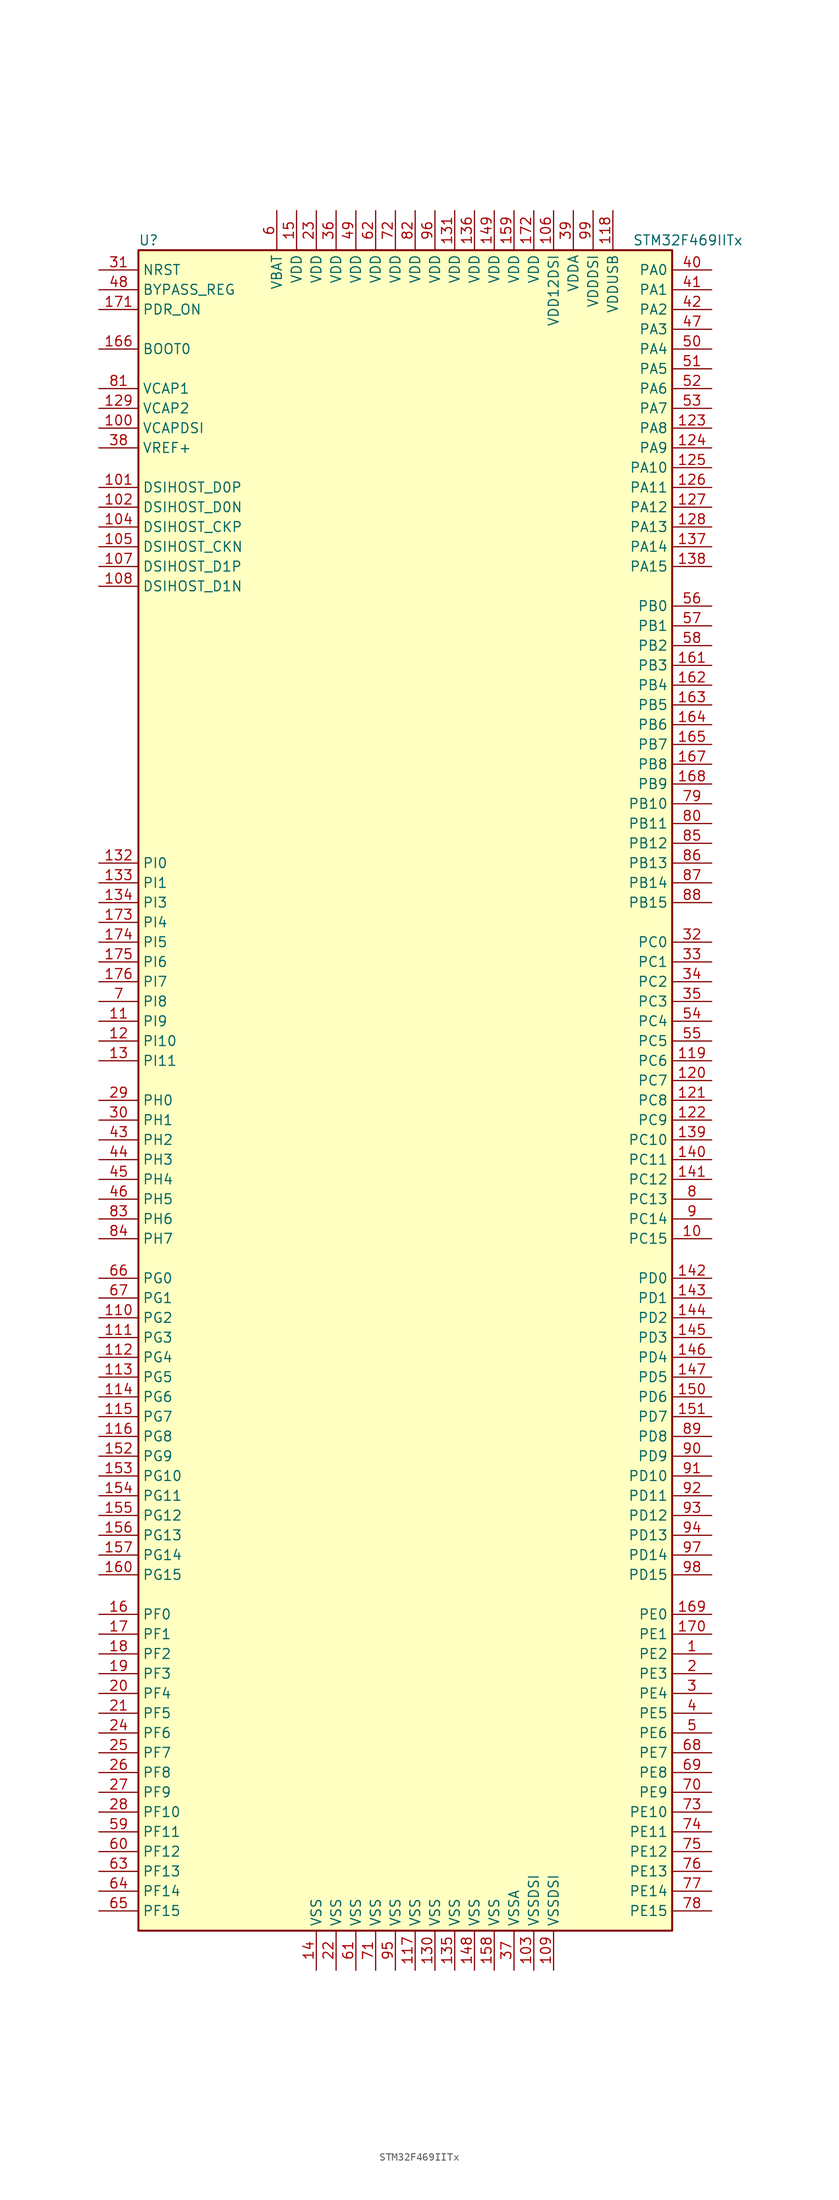
<source format=kicad_sym>
(kicad_symbol_lib
  (version 20220914)
  (generator kicad_symbol_editor)
  (symbol "STM32F469IITx"
    (property "Reference" "U"
      (at -35.56 107.95 0)
      (effects (font (size 1.27 1.27)) (justify left)))
    (property "Value" "STM32F469IITx"
      (at 27.94 107.95 0)
      (effects (font (size 1.27 1.27)) (justify left)))
    (symbol "STM32F469IITx_0_1"
      (rectangle (start -35.56 -109.22) (end 33.02 106.68) (stroke (width 0.254) (type default)) (fill (type background))))
    (symbol "STM32F469IITx_1_1"
      (pin bidirectional line (at 38.1 -73.66 180) (length 5.08) (name "PE2" (effects (font (size 1.27 1.27)))) (number "1" (effects (font (size 1.27 1.27)))))
      (pin bidirectional line (at 38.1 -20.32 180) (length 5.08) (name "PC15" (effects (font (size 1.27 1.27)))) (number "10" (effects (font (size 1.27 1.27)))))
      (pin power_in line (at -40.64 83.82 0) (length 5.08) (name "VCAPDSI" (effects (font (size 1.27 1.27)))) (number "100" (effects (font (size 1.27 1.27)))))
      (pin bidirectional line (at -40.64 76.2 0) (length 5.08) (name "DSIHOST_D0P" (effects (font (size 1.27 1.27)))) (number "101" (effects (font (size 1.27 1.27)))))
      (pin bidirectional line (at -40.64 73.66 0) (length 5.08) (name "DSIHOST_D0N" (effects (font (size 1.27 1.27)))) (number "102" (effects (font (size 1.27 1.27)))))
      (pin power_in line (at 15.24 -114.3 90) (length 5.08) (name "VSSDSI" (effects (font (size 1.27 1.27)))) (number "103" (effects (font (size 1.27 1.27)))))
      (pin bidirectional line (at -40.64 71.12 0) (length 5.08) (name "DSIHOST_CKP" (effects (font (size 1.27 1.27)))) (number "104" (effects (font (size 1.27 1.27)))))
      (pin bidirectional line (at -40.64 68.58 0) (length 5.08) (name "DSIHOST_CKN" (effects (font (size 1.27 1.27)))) (number "105" (effects (font (size 1.27 1.27)))))
      (pin power_in line (at 17.78 111.76 270) (length 5.08) (name "VDD12DSI" (effects (font (size 1.27 1.27)))) (number "106" (effects (font (size 1.27 1.27)))))
      (pin bidirectional line (at -40.64 66.04 0) (length 5.08) (name "DSIHOST_D1P" (effects (font (size 1.27 1.27)))) (number "107" (effects (font (size 1.27 1.27)))))
      (pin bidirectional line (at -40.64 63.5 0) (length 5.08) (name "DSIHOST_D1N" (effects (font (size 1.27 1.27)))) (number "108" (effects (font (size 1.27 1.27)))))
      (pin power_in line (at 17.78 -114.3 90) (length 5.08) (name "VSSDSI" (effects (font (size 1.27 1.27)))) (number "109" (effects (font (size 1.27 1.27)))))
      (pin bidirectional line (at -40.64 7.62 0) (length 5.08) (name "PI9" (effects (font (size 1.27 1.27)))) (number "11" (effects (font (size 1.27 1.27)))))
      (pin bidirectional line (at -40.64 -30.48 0) (length 5.08) (name "PG2" (effects (font (size 1.27 1.27)))) (number "110" (effects (font (size 1.27 1.27)))))
      (pin bidirectional line (at -40.64 -33.02 0) (length 5.08) (name "PG3" (effects (font (size 1.27 1.27)))) (number "111" (effects (font (size 1.27 1.27)))))
      (pin bidirectional line (at -40.64 -35.56 0) (length 5.08) (name "PG4" (effects (font (size 1.27 1.27)))) (number "112" (effects (font (size 1.27 1.27)))))
      (pin bidirectional line (at -40.64 -38.1 0) (length 5.08) (name "PG5" (effects (font (size 1.27 1.27)))) (number "113" (effects (font (size 1.27 1.27)))))
      (pin bidirectional line (at -40.64 -40.64 0) (length 5.08) (name "PG6" (effects (font (size 1.27 1.27)))) (number "114" (effects (font (size 1.27 1.27)))))
      (pin bidirectional line (at -40.64 -43.18 0) (length 5.08) (name "PG7" (effects (font (size 1.27 1.27)))) (number "115" (effects (font (size 1.27 1.27)))))
      (pin bidirectional line (at -40.64 -45.72 0) (length 5.08) (name "PG8" (effects (font (size 1.27 1.27)))) (number "116" (effects (font (size 1.27 1.27)))))
      (pin power_in line (at 0 -114.3 90) (length 5.08) (name "VSS" (effects (font (size 1.27 1.27)))) (number "117" (effects (font (size 1.27 1.27)))))
      (pin power_in line (at 25.4 111.76 270) (length 5.08) (name "VDDUSB" (effects (font (size 1.27 1.27)))) (number "118" (effects (font (size 1.27 1.27)))))
      (pin bidirectional line (at 38.1 2.54 180) (length 5.08) (name "PC6" (effects (font (size 1.27 1.27)))) (number "119" (effects (font (size 1.27 1.27)))))
      (pin bidirectional line (at -40.64 5.08 0) (length 5.08) (name "PI10" (effects (font (size 1.27 1.27)))) (number "12" (effects (font (size 1.27 1.27)))))
      (pin bidirectional line (at 38.1 0 180) (length 5.08) (name "PC7" (effects (font (size 1.27 1.27)))) (number "120" (effects (font (size 1.27 1.27)))))
      (pin bidirectional line (at 38.1 -2.54 180) (length 5.08) (name "PC8" (effects (font (size 1.27 1.27)))) (number "121" (effects (font (size 1.27 1.27)))))
      (pin bidirectional line (at 38.1 -5.08 180) (length 5.08) (name "PC9" (effects (font (size 1.27 1.27)))) (number "122" (effects (font (size 1.27 1.27)))))
      (pin bidirectional line (at 38.1 83.82 180) (length 5.08) (name "PA8" (effects (font (size 1.27 1.27)))) (number "123" (effects (font (size 1.27 1.27)))))
      (pin bidirectional line (at 38.1 81.28 180) (length 5.08) (name "PA9" (effects (font (size 1.27 1.27)))) (number "124" (effects (font (size 1.27 1.27)))))
      (pin bidirectional line (at 38.1 78.74 180) (length 5.08) (name "PA10" (effects (font (size 1.27 1.27)))) (number "125" (effects (font (size 1.27 1.27)))))
      (pin bidirectional line (at 38.1 76.2 180) (length 5.08) (name "PA11" (effects (font (size 1.27 1.27)))) (number "126" (effects (font (size 1.27 1.27)))))
      (pin bidirectional line (at 38.1 73.66 180) (length 5.08) (name "PA12" (effects (font (size 1.27 1.27)))) (number "127" (effects (font (size 1.27 1.27)))))
      (pin bidirectional line (at 38.1 71.12 180) (length 5.08) (name "PA13" (effects (font (size 1.27 1.27)))) (number "128" (effects (font (size 1.27 1.27)))))
      (pin power_in line (at -40.64 86.36 0) (length 5.08) (name "VCAP2" (effects (font (size 1.27 1.27)))) (number "129" (effects (font (size 1.27 1.27)))))
      (pin bidirectional line (at -40.64 2.54 0) (length 5.08) (name "PI11" (effects (font (size 1.27 1.27)))) (number "13" (effects (font (size 1.27 1.27)))))
      (pin power_in line (at 2.54 -114.3 90) (length 5.08) (name "VSS" (effects (font (size 1.27 1.27)))) (number "130" (effects (font (size 1.27 1.27)))))
      (pin power_in line (at 5.08 111.76 270) (length 5.08) (name "VDD" (effects (font (size 1.27 1.27)))) (number "131" (effects (font (size 1.27 1.27)))))
      (pin bidirectional line (at -40.64 27.94 0) (length 5.08) (name "PI0" (effects (font (size 1.27 1.27)))) (number "132" (effects (font (size 1.27 1.27)))))
      (pin bidirectional line (at -40.64 25.4 0) (length 5.08) (name "PI1" (effects (font (size 1.27 1.27)))) (number "133" (effects (font (size 1.27 1.27)))))
      (pin bidirectional line (at -40.64 22.86 0) (length 5.08) (name "PI3" (effects (font (size 1.27 1.27)))) (number "134" (effects (font (size 1.27 1.27)))))
      (pin power_in line (at 5.08 -114.3 90) (length 5.08) (name "VSS" (effects (font (size 1.27 1.27)))) (number "135" (effects (font (size 1.27 1.27)))))
      (pin power_in line (at 7.62 111.76 270) (length 5.08) (name "VDD" (effects (font (size 1.27 1.27)))) (number "136" (effects (font (size 1.27 1.27)))))
      (pin bidirectional line (at 38.1 68.58 180) (length 5.08) (name "PA14" (effects (font (size 1.27 1.27)))) (number "137" (effects (font (size 1.27 1.27)))))
      (pin bidirectional line (at 38.1 66.04 180) (length 5.08) (name "PA15" (effects (font (size 1.27 1.27)))) (number "138" (effects (font (size 1.27 1.27)))))
      (pin bidirectional line (at 38.1 -7.62 180) (length 5.08) (name "PC10" (effects (font (size 1.27 1.27)))) (number "139" (effects (font (size 1.27 1.27)))))
      (pin power_in line (at -12.7 -114.3 90) (length 5.08) (name "VSS" (effects (font (size 1.27 1.27)))) (number "14" (effects (font (size 1.27 1.27)))))
      (pin bidirectional line (at 38.1 -10.16 180) (length 5.08) (name "PC11" (effects (font (size 1.27 1.27)))) (number "140" (effects (font (size 1.27 1.27)))))
      (pin bidirectional line (at 38.1 -12.7 180) (length 5.08) (name "PC12" (effects (font (size 1.27 1.27)))) (number "141" (effects (font (size 1.27 1.27)))))
      (pin bidirectional line (at 38.1 -25.4 180) (length 5.08) (name "PD0" (effects (font (size 1.27 1.27)))) (number "142" (effects (font (size 1.27 1.27)))))
      (pin bidirectional line (at 38.1 -27.94 180) (length 5.08) (name "PD1" (effects (font (size 1.27 1.27)))) (number "143" (effects (font (size 1.27 1.27)))))
      (pin bidirectional line (at 38.1 -30.48 180) (length 5.08) (name "PD2" (effects (font (size 1.27 1.27)))) (number "144" (effects (font (size 1.27 1.27)))))
      (pin bidirectional line (at 38.1 -33.02 180) (length 5.08) (name "PD3" (effects (font (size 1.27 1.27)))) (number "145" (effects (font (size 1.27 1.27)))))
      (pin bidirectional line (at 38.1 -35.56 180) (length 5.08) (name "PD4" (effects (font (size 1.27 1.27)))) (number "146" (effects (font (size 1.27 1.27)))))
      (pin bidirectional line (at 38.1 -38.1 180) (length 5.08) (name "PD5" (effects (font (size 1.27 1.27)))) (number "147" (effects (font (size 1.27 1.27)))))
      (pin power_in line (at 7.62 -114.3 90) (length 5.08) (name "VSS" (effects (font (size 1.27 1.27)))) (number "148" (effects (font (size 1.27 1.27)))))
      (pin power_in line (at 10.16 111.76 270) (length 5.08) (name "VDD" (effects (font (size 1.27 1.27)))) (number "149" (effects (font (size 1.27 1.27)))))
      (pin power_in line (at -15.24 111.76 270) (length 5.08) (name "VDD" (effects (font (size 1.27 1.27)))) (number "15" (effects (font (size 1.27 1.27)))))
      (pin bidirectional line (at 38.1 -40.64 180) (length 5.08) (name "PD6" (effects (font (size 1.27 1.27)))) (number "150" (effects (font (size 1.27 1.27)))))
      (pin bidirectional line (at 38.1 -43.18 180) (length 5.08) (name "PD7" (effects (font (size 1.27 1.27)))) (number "151" (effects (font (size 1.27 1.27)))))
      (pin bidirectional line (at -40.64 -48.26 0) (length 5.08) (name "PG9" (effects (font (size 1.27 1.27)))) (number "152" (effects (font (size 1.27 1.27)))))
      (pin bidirectional line (at -40.64 -50.8 0) (length 5.08) (name "PG10" (effects (font (size 1.27 1.27)))) (number "153" (effects (font (size 1.27 1.27)))))
      (pin bidirectional line (at -40.64 -53.34 0) (length 5.08) (name "PG11" (effects (font (size 1.27 1.27)))) (number "154" (effects (font (size 1.27 1.27)))))
      (pin bidirectional line (at -40.64 -55.88 0) (length 5.08) (name "PG12" (effects (font (size 1.27 1.27)))) (number "155" (effects (font (size 1.27 1.27)))))
      (pin bidirectional line (at -40.64 -58.42 0) (length 5.08) (name "PG13" (effects (font (size 1.27 1.27)))) (number "156" (effects (font (size 1.27 1.27)))))
      (pin bidirectional line (at -40.64 -60.96 0) (length 5.08) (name "PG14" (effects (font (size 1.27 1.27)))) (number "157" (effects (font (size 1.27 1.27)))))
      (pin power_in line (at 10.16 -114.3 90) (length 5.08) (name "VSS" (effects (font (size 1.27 1.27)))) (number "158" (effects (font (size 1.27 1.27)))))
      (pin power_in line (at 12.7 111.76 270) (length 5.08) (name "VDD" (effects (font (size 1.27 1.27)))) (number "159" (effects (font (size 1.27 1.27)))))
      (pin bidirectional line (at -40.64 -68.58 0) (length 5.08) (name "PF0" (effects (font (size 1.27 1.27)))) (number "16" (effects (font (size 1.27 1.27)))))
      (pin bidirectional line (at -40.64 -63.5 0) (length 5.08) (name "PG15" (effects (font (size 1.27 1.27)))) (number "160" (effects (font (size 1.27 1.27)))))
      (pin bidirectional line (at 38.1 53.34 180) (length 5.08) (name "PB3" (effects (font (size 1.27 1.27)))) (number "161" (effects (font (size 1.27 1.27)))))
      (pin bidirectional line (at 38.1 50.8 180) (length 5.08) (name "PB4" (effects (font (size 1.27 1.27)))) (number "162" (effects (font (size 1.27 1.27)))))
      (pin bidirectional line (at 38.1 48.26 180) (length 5.08) (name "PB5" (effects (font (size 1.27 1.27)))) (number "163" (effects (font (size 1.27 1.27)))))
      (pin bidirectional line (at 38.1 45.72 180) (length 5.08) (name "PB6" (effects (font (size 1.27 1.27)))) (number "164" (effects (font (size 1.27 1.27)))))
      (pin bidirectional line (at 38.1 43.18 180) (length 5.08) (name "PB7" (effects (font (size 1.27 1.27)))) (number "165" (effects (font (size 1.27 1.27)))))
      (pin input line (at -40.64 93.98 0) (length 5.08) (name "BOOT0" (effects (font (size 1.27 1.27)))) (number "166" (effects (font (size 1.27 1.27)))))
      (pin bidirectional line (at 38.1 40.64 180) (length 5.08) (name "PB8" (effects (font (size 1.27 1.27)))) (number "167" (effects (font (size 1.27 1.27)))))
      (pin bidirectional line (at 38.1 38.1 180) (length 5.08) (name "PB9" (effects (font (size 1.27 1.27)))) (number "168" (effects (font (size 1.27 1.27)))))
      (pin bidirectional line (at 38.1 -68.58 180) (length 5.08) (name "PE0" (effects (font (size 1.27 1.27)))) (number "169" (effects (font (size 1.27 1.27)))))
      (pin bidirectional line (at -40.64 -71.12 0) (length 5.08) (name "PF1" (effects (font (size 1.27 1.27)))) (number "17" (effects (font (size 1.27 1.27)))))
      (pin bidirectional line (at 38.1 -71.12 180) (length 5.08) (name "PE1" (effects (font (size 1.27 1.27)))) (number "170" (effects (font (size 1.27 1.27)))))
      (pin input line (at -40.64 99.06 0) (length 5.08) (name "PDR_ON" (effects (font (size 1.27 1.27)))) (number "171" (effects (font (size 1.27 1.27)))))
      (pin power_in line (at 15.24 111.76 270) (length 5.08) (name "VDD" (effects (font (size 1.27 1.27)))) (number "172" (effects (font (size 1.27 1.27)))))
      (pin bidirectional line (at -40.64 20.32 0) (length 5.08) (name "PI4" (effects (font (size 1.27 1.27)))) (number "173" (effects (font (size 1.27 1.27)))))
      (pin bidirectional line (at -40.64 17.78 0) (length 5.08) (name "PI5" (effects (font (size 1.27 1.27)))) (number "174" (effects (font (size 1.27 1.27)))))
      (pin bidirectional line (at -40.64 15.24 0) (length 5.08) (name "PI6" (effects (font (size 1.27 1.27)))) (number "175" (effects (font (size 1.27 1.27)))))
      (pin bidirectional line (at -40.64 12.7 0) (length 5.08) (name "PI7" (effects (font (size 1.27 1.27)))) (number "176" (effects (font (size 1.27 1.27)))))
      (pin bidirectional line (at -40.64 -73.66 0) (length 5.08) (name "PF2" (effects (font (size 1.27 1.27)))) (number "18" (effects (font (size 1.27 1.27)))))
      (pin bidirectional line (at -40.64 -76.2 0) (length 5.08) (name "PF3" (effects (font (size 1.27 1.27)))) (number "19" (effects (font (size 1.27 1.27)))))
      (pin bidirectional line (at 38.1 -76.2 180) (length 5.08) (name "PE3" (effects (font (size 1.27 1.27)))) (number "2" (effects (font (size 1.27 1.27)))))
      (pin bidirectional line (at -40.64 -78.74 0) (length 5.08) (name "PF4" (effects (font (size 1.27 1.27)))) (number "20" (effects (font (size 1.27 1.27)))))
      (pin bidirectional line (at -40.64 -81.28 0) (length 5.08) (name "PF5" (effects (font (size 1.27 1.27)))) (number "21" (effects (font (size 1.27 1.27)))))
      (pin power_in line (at -10.16 -114.3 90) (length 5.08) (name "VSS" (effects (font (size 1.27 1.27)))) (number "22" (effects (font (size 1.27 1.27)))))
      (pin power_in line (at -12.7 111.76 270) (length 5.08) (name "VDD" (effects (font (size 1.27 1.27)))) (number "23" (effects (font (size 1.27 1.27)))))
      (pin bidirectional line (at -40.64 -83.82 0) (length 5.08) (name "PF6" (effects (font (size 1.27 1.27)))) (number "24" (effects (font (size 1.27 1.27)))))
      (pin bidirectional line (at -40.64 -86.36 0) (length 5.08) (name "PF7" (effects (font (size 1.27 1.27)))) (number "25" (effects (font (size 1.27 1.27)))))
      (pin bidirectional line (at -40.64 -88.9 0) (length 5.08) (name "PF8" (effects (font (size 1.27 1.27)))) (number "26" (effects (font (size 1.27 1.27)))))
      (pin bidirectional line (at -40.64 -91.44 0) (length 5.08) (name "PF9" (effects (font (size 1.27 1.27)))) (number "27" (effects (font (size 1.27 1.27)))))
      (pin bidirectional line (at -40.64 -93.98 0) (length 5.08) (name "PF10" (effects (font (size 1.27 1.27)))) (number "28" (effects (font (size 1.27 1.27)))))
      (pin input line (at -40.64 -2.54 0) (length 5.08) (name "PH0" (effects (font (size 1.27 1.27)))) (number "29" (effects (font (size 1.27 1.27)))))
      (pin bidirectional line (at 38.1 -78.74 180) (length 5.08) (name "PE4" (effects (font (size 1.27 1.27)))) (number "3" (effects (font (size 1.27 1.27)))))
      (pin input line (at -40.64 -5.08 0) (length 5.08) (name "PH1" (effects (font (size 1.27 1.27)))) (number "30" (effects (font (size 1.27 1.27)))))
      (pin input line (at -40.64 104.14 0) (length 5.08) (name "NRST" (effects (font (size 1.27 1.27)))) (number "31" (effects (font (size 1.27 1.27)))))
      (pin bidirectional line (at 38.1 17.78 180) (length 5.08) (name "PC0" (effects (font (size 1.27 1.27)))) (number "32" (effects (font (size 1.27 1.27)))))
      (pin bidirectional line (at 38.1 15.24 180) (length 5.08) (name "PC1" (effects (font (size 1.27 1.27)))) (number "33" (effects (font (size 1.27 1.27)))))
      (pin bidirectional line (at 38.1 12.7 180) (length 5.08) (name "PC2" (effects (font (size 1.27 1.27)))) (number "34" (effects (font (size 1.27 1.27)))))
      (pin bidirectional line (at 38.1 10.16 180) (length 5.08) (name "PC3" (effects (font (size 1.27 1.27)))) (number "35" (effects (font (size 1.27 1.27)))))
      (pin power_in line (at -10.16 111.76 270) (length 5.08) (name "VDD" (effects (font (size 1.27 1.27)))) (number "36" (effects (font (size 1.27 1.27)))))
      (pin power_in line (at 12.7 -114.3 90) (length 5.08) (name "VSSA" (effects (font (size 1.27 1.27)))) (number "37" (effects (font (size 1.27 1.27)))))
      (pin power_in line (at -40.64 81.28 0) (length 5.08) (name "VREF+" (effects (font (size 1.27 1.27)))) (number "38" (effects (font (size 1.27 1.27)))))
      (pin power_in line (at 20.32 111.76 270) (length 5.08) (name "VDDA" (effects (font (size 1.27 1.27)))) (number "39" (effects (font (size 1.27 1.27)))))
      (pin bidirectional line (at 38.1 -81.28 180) (length 5.08) (name "PE5" (effects (font (size 1.27 1.27)))) (number "4" (effects (font (size 1.27 1.27)))))
      (pin bidirectional line (at 38.1 104.14 180) (length 5.08) (name "PA0" (effects (font (size 1.27 1.27)))) (number "40" (effects (font (size 1.27 1.27)))))
      (pin bidirectional line (at 38.1 101.6 180) (length 5.08) (name "PA1" (effects (font (size 1.27 1.27)))) (number "41" (effects (font (size 1.27 1.27)))))
      (pin bidirectional line (at 38.1 99.06 180) (length 5.08) (name "PA2" (effects (font (size 1.27 1.27)))) (number "42" (effects (font (size 1.27 1.27)))))
      (pin bidirectional line (at -40.64 -7.62 0) (length 5.08) (name "PH2" (effects (font (size 1.27 1.27)))) (number "43" (effects (font (size 1.27 1.27)))))
      (pin bidirectional line (at -40.64 -10.16 0) (length 5.08) (name "PH3" (effects (font (size 1.27 1.27)))) (number "44" (effects (font (size 1.27 1.27)))))
      (pin bidirectional line (at -40.64 -12.7 0) (length 5.08) (name "PH4" (effects (font (size 1.27 1.27)))) (number "45" (effects (font (size 1.27 1.27)))))
      (pin bidirectional line (at -40.64 -15.24 0) (length 5.08) (name "PH5" (effects (font (size 1.27 1.27)))) (number "46" (effects (font (size 1.27 1.27)))))
      (pin bidirectional line (at 38.1 96.52 180) (length 5.08) (name "PA3" (effects (font (size 1.27 1.27)))) (number "47" (effects (font (size 1.27 1.27)))))
      (pin input line (at -40.64 101.6 0) (length 5.08) (name "BYPASS_REG" (effects (font (size 1.27 1.27)))) (number "48" (effects (font (size 1.27 1.27)))))
      (pin power_in line (at -7.62 111.76 270) (length 5.08) (name "VDD" (effects (font (size 1.27 1.27)))) (number "49" (effects (font (size 1.27 1.27)))))
      (pin bidirectional line (at 38.1 -83.82 180) (length 5.08) (name "PE6" (effects (font (size 1.27 1.27)))) (number "5" (effects (font (size 1.27 1.27)))))
      (pin bidirectional line (at 38.1 93.98 180) (length 5.08) (name "PA4" (effects (font (size 1.27 1.27)))) (number "50" (effects (font (size 1.27 1.27)))))
      (pin bidirectional line (at 38.1 91.44 180) (length 5.08) (name "PA5" (effects (font (size 1.27 1.27)))) (number "51" (effects (font (size 1.27 1.27)))))
      (pin bidirectional line (at 38.1 88.9 180) (length 5.08) (name "PA6" (effects (font (size 1.27 1.27)))) (number "52" (effects (font (size 1.27 1.27)))))
      (pin bidirectional line (at 38.1 86.36 180) (length 5.08) (name "PA7" (effects (font (size 1.27 1.27)))) (number "53" (effects (font (size 1.27 1.27)))))
      (pin bidirectional line (at 38.1 7.62 180) (length 5.08) (name "PC4" (effects (font (size 1.27 1.27)))) (number "54" (effects (font (size 1.27 1.27)))))
      (pin bidirectional line (at 38.1 5.08 180) (length 5.08) (name "PC5" (effects (font (size 1.27 1.27)))) (number "55" (effects (font (size 1.27 1.27)))))
      (pin bidirectional line (at 38.1 60.96 180) (length 5.08) (name "PB0" (effects (font (size 1.27 1.27)))) (number "56" (effects (font (size 1.27 1.27)))))
      (pin bidirectional line (at 38.1 58.42 180) (length 5.08) (name "PB1" (effects (font (size 1.27 1.27)))) (number "57" (effects (font (size 1.27 1.27)))))
      (pin bidirectional line (at 38.1 55.88 180) (length 5.08) (name "PB2" (effects (font (size 1.27 1.27)))) (number "58" (effects (font (size 1.27 1.27)))))
      (pin bidirectional line (at -40.64 -96.52 0) (length 5.08) (name "PF11" (effects (font (size 1.27 1.27)))) (number "59" (effects (font (size 1.27 1.27)))))
      (pin power_in line (at -17.78 111.76 270) (length 5.08) (name "VBAT" (effects (font (size 1.27 1.27)))) (number "6" (effects (font (size 1.27 1.27)))))
      (pin bidirectional line (at -40.64 -99.06 0) (length 5.08) (name "PF12" (effects (font (size 1.27 1.27)))) (number "60" (effects (font (size 1.27 1.27)))))
      (pin power_in line (at -7.62 -114.3 90) (length 5.08) (name "VSS" (effects (font (size 1.27 1.27)))) (number "61" (effects (font (size 1.27 1.27)))))
      (pin power_in line (at -5.08 111.76 270) (length 5.08) (name "VDD" (effects (font (size 1.27 1.27)))) (number "62" (effects (font (size 1.27 1.27)))))
      (pin bidirectional line (at -40.64 -101.6 0) (length 5.08) (name "PF13" (effects (font (size 1.27 1.27)))) (number "63" (effects (font (size 1.27 1.27)))))
      (pin bidirectional line (at -40.64 -104.14 0) (length 5.08) (name "PF14" (effects (font (size 1.27 1.27)))) (number "64" (effects (font (size 1.27 1.27)))))
      (pin bidirectional line (at -40.64 -106.68 0) (length 5.08) (name "PF15" (effects (font (size 1.27 1.27)))) (number "65" (effects (font (size 1.27 1.27)))))
      (pin bidirectional line (at -40.64 -25.4 0) (length 5.08) (name "PG0" (effects (font (size 1.27 1.27)))) (number "66" (effects (font (size 1.27 1.27)))))
      (pin bidirectional line (at -40.64 -27.94 0) (length 5.08) (name "PG1" (effects (font (size 1.27 1.27)))) (number "67" (effects (font (size 1.27 1.27)))))
      (pin bidirectional line (at 38.1 -86.36 180) (length 5.08) (name "PE7" (effects (font (size 1.27 1.27)))) (number "68" (effects (font (size 1.27 1.27)))))
      (pin bidirectional line (at 38.1 -88.9 180) (length 5.08) (name "PE8" (effects (font (size 1.27 1.27)))) (number "69" (effects (font (size 1.27 1.27)))))
      (pin bidirectional line (at -40.64 10.16 0) (length 5.08) (name "PI8" (effects (font (size 1.27 1.27)))) (number "7" (effects (font (size 1.27 1.27)))))
      (pin bidirectional line (at 38.1 -91.44 180) (length 5.08) (name "PE9" (effects (font (size 1.27 1.27)))) (number "70" (effects (font (size 1.27 1.27)))))
      (pin power_in line (at -5.08 -114.3 90) (length 5.08) (name "VSS" (effects (font (size 1.27 1.27)))) (number "71" (effects (font (size 1.27 1.27)))))
      (pin power_in line (at -2.54 111.76 270) (length 5.08) (name "VDD" (effects (font (size 1.27 1.27)))) (number "72" (effects (font (size 1.27 1.27)))))
      (pin bidirectional line (at 38.1 -93.98 180) (length 5.08) (name "PE10" (effects (font (size 1.27 1.27)))) (number "73" (effects (font (size 1.27 1.27)))))
      (pin bidirectional line (at 38.1 -96.52 180) (length 5.08) (name "PE11" (effects (font (size 1.27 1.27)))) (number "74" (effects (font (size 1.27 1.27)))))
      (pin bidirectional line (at 38.1 -99.06 180) (length 5.08) (name "PE12" (effects (font (size 1.27 1.27)))) (number "75" (effects (font (size 1.27 1.27)))))
      (pin bidirectional line (at 38.1 -101.6 180) (length 5.08) (name "PE13" (effects (font (size 1.27 1.27)))) (number "76" (effects (font (size 1.27 1.27)))))
      (pin bidirectional line (at 38.1 -104.14 180) (length 5.08) (name "PE14" (effects (font (size 1.27 1.27)))) (number "77" (effects (font (size 1.27 1.27)))))
      (pin bidirectional line (at 38.1 -106.68 180) (length 5.08) (name "PE15" (effects (font (size 1.27 1.27)))) (number "78" (effects (font (size 1.27 1.27)))))
      (pin bidirectional line (at 38.1 35.56 180) (length 5.08) (name "PB10" (effects (font (size 1.27 1.27)))) (number "79" (effects (font (size 1.27 1.27)))))
      (pin bidirectional line (at 38.1 -15.24 180) (length 5.08) (name "PC13" (effects (font (size 1.27 1.27)))) (number "8" (effects (font (size 1.27 1.27)))))
      (pin bidirectional line (at 38.1 33.02 180) (length 5.08) (name "PB11" (effects (font (size 1.27 1.27)))) (number "80" (effects (font (size 1.27 1.27)))))
      (pin power_in line (at -40.64 88.9 0) (length 5.08) (name "VCAP1" (effects (font (size 1.27 1.27)))) (number "81" (effects (font (size 1.27 1.27)))))
      (pin power_in line (at 0 111.76 270) (length 5.08) (name "VDD" (effects (font (size 1.27 1.27)))) (number "82" (effects (font (size 1.27 1.27)))))
      (pin bidirectional line (at -40.64 -17.78 0) (length 5.08) (name "PH6" (effects (font (size 1.27 1.27)))) (number "83" (effects (font (size 1.27 1.27)))))
      (pin bidirectional line (at -40.64 -20.32 0) (length 5.08) (name "PH7" (effects (font (size 1.27 1.27)))) (number "84" (effects (font (size 1.27 1.27)))))
      (pin bidirectional line (at 38.1 30.48 180) (length 5.08) (name "PB12" (effects (font (size 1.27 1.27)))) (number "85" (effects (font (size 1.27 1.27)))))
      (pin bidirectional line (at 38.1 27.94 180) (length 5.08) (name "PB13" (effects (font (size 1.27 1.27)))) (number "86" (effects (font (size 1.27 1.27)))))
      (pin bidirectional line (at 38.1 25.4 180) (length 5.08) (name "PB14" (effects (font (size 1.27 1.27)))) (number "87" (effects (font (size 1.27 1.27)))))
      (pin bidirectional line (at 38.1 22.86 180) (length 5.08) (name "PB15" (effects (font (size 1.27 1.27)))) (number "88" (effects (font (size 1.27 1.27)))))
      (pin bidirectional line (at 38.1 -45.72 180) (length 5.08) (name "PD8" (effects (font (size 1.27 1.27)))) (number "89" (effects (font (size 1.27 1.27)))))
      (pin bidirectional line (at 38.1 -17.78 180) (length 5.08) (name "PC14" (effects (font (size 1.27 1.27)))) (number "9" (effects (font (size 1.27 1.27)))))
      (pin bidirectional line (at 38.1 -48.26 180) (length 5.08) (name "PD9" (effects (font (size 1.27 1.27)))) (number "90" (effects (font (size 1.27 1.27)))))
      (pin bidirectional line (at 38.1 -50.8 180) (length 5.08) (name "PD10" (effects (font (size 1.27 1.27)))) (number "91" (effects (font (size 1.27 1.27)))))
      (pin bidirectional line (at 38.1 -53.34 180) (length 5.08) (name "PD11" (effects (font (size 1.27 1.27)))) (number "92" (effects (font (size 1.27 1.27)))))
      (pin bidirectional line (at 38.1 -55.88 180) (length 5.08) (name "PD12" (effects (font (size 1.27 1.27)))) (number "93" (effects (font (size 1.27 1.27)))))
      (pin bidirectional line (at 38.1 -58.42 180) (length 5.08) (name "PD13" (effects (font (size 1.27 1.27)))) (number "94" (effects (font (size 1.27 1.27)))))
      (pin power_in line (at -2.54 -114.3 90) (length 5.08) (name "VSS" (effects (font (size 1.27 1.27)))) (number "95" (effects (font (size 1.27 1.27)))))
      (pin power_in line (at 2.54 111.76 270) (length 5.08) (name "VDD" (effects (font (size 1.27 1.27)))) (number "96" (effects (font (size 1.27 1.27)))))
      (pin bidirectional line (at 38.1 -60.96 180) (length 5.08) (name "PD14" (effects (font (size 1.27 1.27)))) (number "97" (effects (font (size 1.27 1.27)))))
      (pin bidirectional line (at 38.1 -63.5 180) (length 5.08) (name "PD15" (effects (font (size 1.27 1.27)))) (number "98" (effects (font (size 1.27 1.27)))))
      (pin power_in line (at 22.86 111.76 270) (length 5.08) (name "VDDDSI" (effects (font (size 1.27 1.27)))) (number "99" (effects (font (size 1.27 1.27))))))))
</source>
